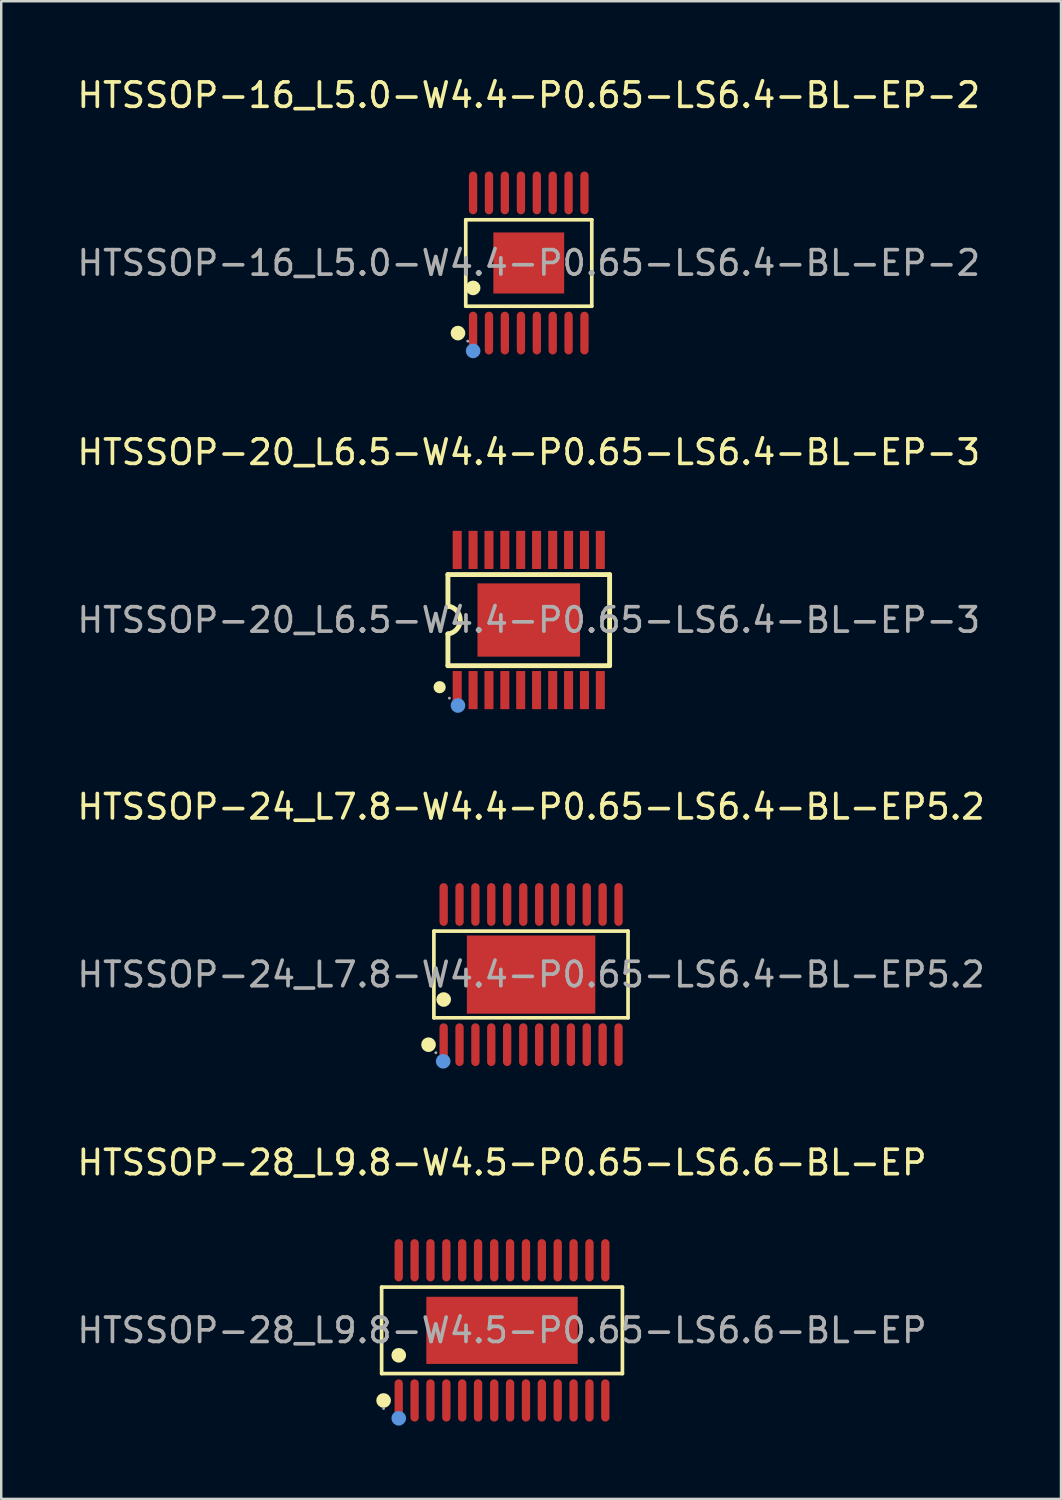
<source format=kicad_pcb>
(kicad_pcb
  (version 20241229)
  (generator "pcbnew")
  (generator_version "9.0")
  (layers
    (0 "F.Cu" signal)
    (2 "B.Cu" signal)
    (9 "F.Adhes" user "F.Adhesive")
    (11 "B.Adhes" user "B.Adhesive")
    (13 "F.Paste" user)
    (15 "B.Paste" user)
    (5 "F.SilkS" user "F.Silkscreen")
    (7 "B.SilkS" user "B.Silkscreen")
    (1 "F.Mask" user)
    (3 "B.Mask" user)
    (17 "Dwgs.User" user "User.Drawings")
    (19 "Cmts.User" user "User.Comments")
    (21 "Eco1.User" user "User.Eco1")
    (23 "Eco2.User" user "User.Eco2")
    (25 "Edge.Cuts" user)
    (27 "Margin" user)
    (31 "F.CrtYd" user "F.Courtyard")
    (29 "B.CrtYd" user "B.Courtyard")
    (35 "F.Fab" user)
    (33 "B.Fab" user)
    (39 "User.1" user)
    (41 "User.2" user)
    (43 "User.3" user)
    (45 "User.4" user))
  (footprint "HTSSOP-16_L5.0-W4.4-P0.65-LS6.4-BL-EP-2"
    (layer "F.Cu")
    (at 18.601 7.718)
    (property "Reference" "HTSSOP-16_L5.0-W4.4-P0.65-LS6.4-BL-EP-2" (at 0 -6.87 0) (layer "F.SilkS") (effects (font (size 1 1) (thickness 0.15))))
    (attr smd)
    (fp_line (start -2.58 -1.77) (end 2.58 -1.77) (stroke (width 0.15) (type solid)) (layer "F.SilkS"))
    (fp_line (start -2.58 1.77) (end -2.58 -1.77) (stroke (width 0.15) (type solid)) (layer "F.SilkS"))
    (fp_line (start 2.58 -1.77) (end 2.58 1.77) (stroke (width 0.15) (type solid)) (layer "F.SilkS"))
    (fp_line (start 2.58 1.77) (end -2.58 1.77) (stroke (width 0.15) (type solid)) (layer "F.SilkS"))
    (fp_circle (center -2.9 2.87) (end -2.75 2.87) (stroke (width 0.3) (type solid)) (fill no) (layer "F.SilkS"))
    (fp_circle (center -2.28 1.02) (end -2.13 1.02) (stroke (width 0.3) (type solid)) (fill no) (layer "F.SilkS"))
    (fp_circle (center -2.28 3.6) (end -2.13 3.6) (stroke (width 0.3) (type solid)) (fill no) (layer "Cmts.User"))
    (fp_circle (center -2.5 3.2) (end -2.47 3.2) (stroke (width 0.06) (type solid)) (fill no) (layer "F.Fab"))
    (fp_text user "${REFERENCE}" (at 0 0 0) (layer "F.Fab") (effects (font (size 1 1) (thickness 0.15))))
    (pad "1" smd oval (at -2.28 2.87) (size 0.34 1.75) (layers "F.Cu" "F.Mask" "F.Paste"))
    (pad "2" smd oval (at -1.63 2.87) (size 0.34 1.75) (layers "F.Cu" "F.Mask" "F.Paste"))
    (pad "3" smd oval (at -0.98 2.87) (size 0.34 1.75) (layers "F.Cu" "F.Mask" "F.Paste"))
    (pad "4" smd oval (at -0.32 2.87) (size 0.34 1.75) (layers "F.Cu" "F.Mask" "F.Paste"))
    (pad "5" smd oval (at 0.33 2.87) (size 0.34 1.75) (layers "F.Cu" "F.Mask" "F.Paste"))
    (pad "6" smd oval (at 0.98 2.87) (size 0.34 1.75) (layers "F.Cu" "F.Mask" "F.Paste"))
    (pad "7" smd oval (at 1.63 2.87) (size 0.34 1.75) (layers "F.Cu" "F.Mask" "F.Paste"))
    (pad "8" smd oval (at 2.28 2.87) (size 0.34 1.75) (layers "F.Cu" "F.Mask" "F.Paste"))
    (pad "9" smd oval (at 2.28 -2.87) (size 0.34 1.75) (layers "F.Cu" "F.Mask" "F.Paste"))
    (pad "10" smd oval (at 1.63 -2.87) (size 0.34 1.75) (layers "F.Cu" "F.Mask" "F.Paste"))
    (pad "11" smd oval (at 0.98 -2.87) (size 0.34 1.75) (layers "F.Cu" "F.Mask" "F.Paste"))
    (pad "12" smd oval (at 0.33 -2.87) (size 0.34 1.75) (layers "F.Cu" "F.Mask" "F.Paste"))
    (pad "13" smd oval (at -0.32 -2.87) (size 0.34 1.75) (layers "F.Cu" "F.Mask" "F.Paste"))
    (pad "14" smd oval (at -0.98 -2.87) (size 0.34 1.75) (layers "F.Cu" "F.Mask" "F.Paste"))
    (pad "15" smd oval (at -1.63 -2.87) (size 0.34 1.75) (layers "F.Cu" "F.Mask" "F.Paste"))
    (pad "16" smd oval (at -2.28 -2.87) (size 0.34 1.75) (layers "F.Cu" "F.Mask" "F.Paste"))
    (pad "17" smd rect (at 0 0) (size 2.9 2.5) (layers "F.Cu" "F.Mask" "F.Paste")))
  (footprint "HTSSOP-28_L9.8-W4.5-P0.65-LS6.6-BL-EP"
    (layer "F.Cu")
    (at 17.506 51.423)
    (property "Reference" "HTSSOP-28_L9.8-W4.5-P0.65-LS6.6-BL-EP" (at 0 -6.87 0) (layer "F.SilkS") (effects (font (size 1 1) (thickness 0.15))))
    (attr smd)
    (fp_line (start -4.93 -1.77) (end 4.93 -1.77) (stroke (width 0.15) (type solid)) (layer "F.SilkS"))
    (fp_line (start -4.93 1.77) (end -4.93 -1.77) (stroke (width 0.15) (type solid)) (layer "F.SilkS"))
    (fp_line (start 4.93 -1.77) (end 4.93 1.77) (stroke (width 0.15) (type solid)) (layer "F.SilkS"))
    (fp_line (start 4.93 1.77) (end -4.93 1.77) (stroke (width 0.15) (type solid)) (layer "F.SilkS"))
    (fp_circle (center -4.85 2.87) (end -4.7 2.87) (stroke (width 0.3) (type solid)) (fill no) (layer "F.SilkS"))
    (fp_circle (center -4.23 1.02) (end -4.08 1.02) (stroke (width 0.3) (type solid)) (fill no) (layer "F.SilkS"))
    (fp_circle (center -4.23 3.6) (end -4.08 3.6) (stroke (width 0.3) (type solid)) (fill no) (layer "Cmts.User"))
    (fp_circle (center -4.85 3.2) (end -4.82 3.2) (stroke (width 0.06) (type solid)) (fill no) (layer "F.Fab"))
    (fp_text user "${REFERENCE}" (at 0 0 0) (layer "F.Fab") (effects (font (size 1 1) (thickness 0.15))))
    (pad "1" smd oval (at -4.23 2.87) (size 0.34 1.73) (layers "F.Cu" "F.Mask" "F.Paste"))
    (pad "2" smd oval (at -3.58 2.87) (size 0.34 1.73) (layers "F.Cu" "F.Mask" "F.Paste"))
    (pad "3" smd oval (at -2.93 2.87) (size 0.34 1.73) (layers "F.Cu" "F.Mask" "F.Paste"))
    (pad "4" smd oval (at -2.28 2.87) (size 0.34 1.73) (layers "F.Cu" "F.Mask" "F.Paste"))
    (pad "5" smd oval (at -1.63 2.87) (size 0.34 1.73) (layers "F.Cu" "F.Mask" "F.Paste"))
    (pad "6" smd oval (at -0.98 2.87) (size 0.34 1.73) (layers "F.Cu" "F.Mask" "F.Paste"))
    (pad "7" smd oval (at -0.32 2.87) (size 0.34 1.73) (layers "F.Cu" "F.Mask" "F.Paste"))
    (pad "8" smd oval (at 0.33 2.87) (size 0.34 1.73) (layers "F.Cu" "F.Mask" "F.Paste"))
    (pad "9" smd oval (at 0.98 2.87) (size 0.34 1.73) (layers "F.Cu" "F.Mask" "F.Paste"))
    (pad "10" smd oval (at 1.63 2.87) (size 0.34 1.73) (layers "F.Cu" "F.Mask" "F.Paste"))
    (pad "11" smd oval (at 2.28 2.87) (size 0.34 1.73) (layers "F.Cu" "F.Mask" "F.Paste"))
    (pad "12" smd oval (at 2.93 2.87) (size 0.34 1.73) (layers "F.Cu" "F.Mask" "F.Paste"))
    (pad "13" smd oval (at 3.58 2.87) (size 0.34 1.73) (layers "F.Cu" "F.Mask" "F.Paste"))
    (pad "14" smd oval (at 4.23 2.87) (size 0.34 1.73) (layers "F.Cu" "F.Mask" "F.Paste"))
    (pad "15" smd oval (at 4.23 -2.87) (size 0.34 1.73) (layers "F.Cu" "F.Mask" "F.Paste"))
    (pad "16" smd oval (at 3.58 -2.87) (size 0.34 1.73) (layers "F.Cu" "F.Mask" "F.Paste"))
    (pad "17" smd oval (at 2.93 -2.87) (size 0.34 1.73) (layers "F.Cu" "F.Mask" "F.Paste"))
    (pad "18" smd oval (at 2.28 -2.87) (size 0.34 1.73) (layers "F.Cu" "F.Mask" "F.Paste"))
    (pad "19" smd oval (at 1.63 -2.87) (size 0.34 1.73) (layers "F.Cu" "F.Mask" "F.Paste"))
    (pad "20" smd oval (at 0.98 -2.87) (size 0.34 1.73) (layers "F.Cu" "F.Mask" "F.Paste"))
    (pad "21" smd oval (at 0.33 -2.87) (size 0.34 1.73) (layers "F.Cu" "F.Mask" "F.Paste"))
    (pad "22" smd oval (at -0.32 -2.87) (size 0.34 1.73) (layers "F.Cu" "F.Mask" "F.Paste"))
    (pad "23" smd oval (at -0.98 -2.87) (size 0.34 1.73) (layers "F.Cu" "F.Mask" "F.Paste"))
    (pad "24" smd oval (at -1.63 -2.87) (size 0.34 1.73) (layers "F.Cu" "F.Mask" "F.Paste"))
    (pad "25" smd oval (at -2.28 -2.87) (size 0.34 1.73) (layers "F.Cu" "F.Mask" "F.Paste"))
    (pad "26" smd oval (at -2.93 -2.87) (size 0.34 1.73) (layers "F.Cu" "F.Mask" "F.Paste"))
    (pad "27" smd oval (at -3.58 -2.87) (size 0.34 1.73) (layers "F.Cu" "F.Mask" "F.Paste"))
    (pad "28" smd oval (at -4.23 -2.87) (size 0.34 1.73) (layers "F.Cu" "F.Mask" "F.Paste"))
    (pad "29" smd rect (at 0 0) (size 6.2 2.75) (layers "F.Cu" "F.Mask" "F.Paste")))
  (footprint "HTSSOP-24_L7.8-W4.4-P0.65-LS6.4-BL-EP5.2"
    (layer "F.Cu")
    (at 18.696 36.855)
    (property "Reference" "HTSSOP-24_L7.8-W4.4-P0.65-LS6.4-BL-EP5.2" (at 0 -6.87 0) (layer "F.SilkS") (effects (font (size 1 1) (thickness 0.15))))
    (attr smd)
    (fp_line (start -3.98 -1.78) (end 3.97 -1.78) (stroke (width 0.15) (type solid)) (layer "F.SilkS"))
    (fp_line (start -3.98 1.77) (end -3.98 -1.78) (stroke (width 0.15) (type solid)) (layer "F.SilkS"))
    (fp_line (start 3.97 -1.78) (end 3.97 1.77) (stroke (width 0.15) (type solid)) (layer "F.SilkS"))
    (fp_line (start 3.97 1.77) (end -3.98 1.77) (stroke (width 0.15) (type solid)) (layer "F.SilkS"))
    (fp_circle (center -4.2 2.87) (end -4.05 2.87) (stroke (width 0.3) (type solid)) (fill no) (layer "F.SilkS"))
    (fp_circle (center -3.58 1.02) (end -3.43 1.02) (stroke (width 0.3) (type solid)) (fill no) (layer "F.SilkS"))
    (fp_circle (center -3.6 3.55) (end -3.45 3.55) (stroke (width 0.3) (type solid)) (fill no) (layer "Cmts.User"))
    (fp_circle (center -3.9 3.2) (end -3.87 3.2) (stroke (width 0.06) (type solid)) (fill no) (layer "F.Fab"))
    (fp_text user "${REFERENCE}" (at 0 0 0) (layer "F.Fab") (effects (font (size 1 1) (thickness 0.15))))
    (pad "1" smd oval (at -3.58 2.87) (size 0.34 1.75) (layers "F.Cu" "F.Mask" "F.Paste"))
    (pad "2" smd oval (at -2.93 2.87) (size 0.34 1.75) (layers "F.Cu" "F.Mask" "F.Paste"))
    (pad "3" smd oval (at -2.28 2.87) (size 0.34 1.75) (layers "F.Cu" "F.Mask" "F.Paste"))
    (pad "4" smd oval (at -1.63 2.87) (size 0.34 1.75) (layers "F.Cu" "F.Mask" "F.Paste"))
    (pad "5" smd oval (at -0.98 2.87) (size 0.34 1.75) (layers "F.Cu" "F.Mask" "F.Paste"))
    (pad "6" smd oval (at -0.32 2.87) (size 0.34 1.75) (layers "F.Cu" "F.Mask" "F.Paste"))
    (pad "7" smd oval (at 0.33 2.87) (size 0.34 1.75) (layers "F.Cu" "F.Mask" "F.Paste"))
    (pad "8" smd oval (at 0.98 2.87) (size 0.34 1.75) (layers "F.Cu" "F.Mask" "F.Paste"))
    (pad "9" smd oval (at 1.63 2.87) (size 0.34 1.75) (layers "F.Cu" "F.Mask" "F.Paste"))
    (pad "10" smd oval (at 2.28 2.87) (size 0.34 1.75) (layers "F.Cu" "F.Mask" "F.Paste"))
    (pad "11" smd oval (at 2.93 2.87) (size 0.34 1.75) (layers "F.Cu" "F.Mask" "F.Paste"))
    (pad "12" smd oval (at 3.58 2.87) (size 0.34 1.75) (layers "F.Cu" "F.Mask" "F.Paste"))
    (pad "13" smd oval (at 3.58 -2.87) (size 0.34 1.75) (layers "F.Cu" "F.Mask" "F.Paste"))
    (pad "14" smd oval (at 2.93 -2.87) (size 0.34 1.75) (layers "F.Cu" "F.Mask" "F.Paste"))
    (pad "15" smd oval (at 2.28 -2.87) (size 0.34 1.75) (layers "F.Cu" "F.Mask" "F.Paste"))
    (pad "16" smd oval (at 1.63 -2.87) (size 0.34 1.75) (layers "F.Cu" "F.Mask" "F.Paste"))
    (pad "17" smd oval (at 0.98 -2.87) (size 0.34 1.75) (layers "F.Cu" "F.Mask" "F.Paste"))
    (pad "18" smd oval (at 0.33 -2.87) (size 0.34 1.75) (layers "F.Cu" "F.Mask" "F.Paste"))
    (pad "19" smd oval (at -0.32 -2.87) (size 0.34 1.75) (layers "F.Cu" "F.Mask" "F.Paste"))
    (pad "20" smd oval (at -0.98 -2.87) (size 0.34 1.75) (layers "F.Cu" "F.Mask" "F.Paste"))
    (pad "21" smd oval (at -1.63 -2.87) (size 0.34 1.75) (layers "F.Cu" "F.Mask" "F.Paste"))
    (pad "22" smd oval (at -2.28 -2.87) (size 0.34 1.75) (layers "F.Cu" "F.Mask" "F.Paste"))
    (pad "23" smd oval (at -2.93 -2.87) (size 0.34 1.75) (layers "F.Cu" "F.Mask" "F.Paste"))
    (pad "24" smd oval (at -3.58 -2.87) (size 0.34 1.75) (layers "F.Cu" "F.Mask" "F.Paste"))
    (pad "25" smd rect (at 0 0 90) (size 3.2 5.26) (layers "F.Cu" "F.Mask" "F.Paste")))
  (footprint "HTSSOP-20_L6.5-W4.4-P0.65-LS6.4-BL-EP-3"
    (layer "F.Cu")
    (at 18.601 22.337)
    (property "Reference" "HTSSOP-20_L6.5-W4.4-P0.65-LS6.4-BL-EP-3" (at 0 -6.87 0) (layer "F.SilkS") (effects (font (size 1 1) (thickness 0.15))))
    (attr smd)
    (fp_line (start -3.31 -1.86) (end -3.31 -0.56) (stroke (width 0.2) (type solid)) (layer "F.SilkS"))
    (fp_line (start -3.31 -1.86) (end 3.31 -1.86) (stroke (width 0.2) (type solid)) (layer "F.SilkS"))
    (fp_line (start -3.31 1.87) (end -3.31 0.57) (stroke (width 0.2) (type solid)) (layer "F.SilkS"))
    (fp_line (start -3.31 1.87) (end 3.31 1.87) (stroke (width 0.2) (type solid)) (layer "F.SilkS"))
    (fp_line (start 3.31 -1.86) (end 3.31 1.87) (stroke (width 0.2) (type solid)) (layer "F.SilkS"))
    (fp_arc (start -3.65 2.75) (mid -3.65 2.75) (end -3.65 2.75) (stroke (width 0.25) (type solid)) (layer "F.SilkS"))
    (fp_arc (start -3.298203 -0.568427) (mid -2.805749 0.005951) (end -3.31 0.57) (stroke (width 0.2) (type solid)) (layer "F.SilkS"))
    (fp_circle (center -2.9 3.5) (end -2.75 3.5) (stroke (width 0.3) (type solid)) (fill no) (layer "Cmts.User"))
    (fp_circle (center -3.25 3.2) (end -3.22 3.2) (stroke (width 0.06) (type solid)) (fill no) (layer "F.Fab"))
    (fp_text user "${REFERENCE}" (at 0 0 0) (layer "F.Fab") (effects (font (size 1 1) (thickness 0.15))))
    (pad "1" smd rect (at -2.93 2.87 180) (size 0.37 1.56) (layers "F.Cu" "F.Mask" "F.Paste"))
    (pad "2" smd rect (at -2.28 2.87 180) (size 0.37 1.56) (layers "F.Cu" "F.Mask" "F.Paste"))
    (pad "3" smd rect (at -1.63 2.87 180) (size 0.37 1.56) (layers "F.Cu" "F.Mask" "F.Paste"))
    (pad "4" smd rect (at -0.98 2.87 180) (size 0.37 1.56) (layers "F.Cu" "F.Mask" "F.Paste"))
    (pad "5" smd rect (at -0.33 2.87 180) (size 0.37 1.56) (layers "F.Cu" "F.Mask" "F.Paste"))
    (pad "6" smd rect (at 0.32 2.87 180) (size 0.37 1.56) (layers "F.Cu" "F.Mask" "F.Paste"))
    (pad "7" smd rect (at 0.98 2.87 180) (size 0.37 1.56) (layers "F.Cu" "F.Mask" "F.Paste"))
    (pad "8" smd rect (at 1.63 2.87 180) (size 0.37 1.56) (layers "F.Cu" "F.Mask" "F.Paste"))
    (pad "9" smd rect (at 2.28 2.87 180) (size 0.37 1.56) (layers "F.Cu" "F.Mask" "F.Paste"))
    (pad "10" smd rect (at 2.93 2.87 180) (size 0.37 1.56) (layers "F.Cu" "F.Mask" "F.Paste"))
    (pad "11" smd rect (at 2.93 -2.87 180) (size 0.37 1.56) (layers "F.Cu" "F.Mask" "F.Paste"))
    (pad "12" smd rect (at 2.28 -2.87 180) (size 0.37 1.56) (layers "F.Cu" "F.Mask" "F.Paste"))
    (pad "13" smd rect (at 1.63 -2.87 180) (size 0.37 1.56) (layers "F.Cu" "F.Mask" "F.Paste"))
    (pad "14" smd rect (at 0.98 -2.87 180) (size 0.37 1.56) (layers "F.Cu" "F.Mask" "F.Paste"))
    (pad "15" smd rect (at 0.32 -2.87 180) (size 0.37 1.56) (layers "F.Cu" "F.Mask" "F.Paste"))
    (pad "16" smd rect (at -0.33 -2.87 180) (size 0.37 1.56) (layers "F.Cu" "F.Mask" "F.Paste"))
    (pad "17" smd rect (at -0.98 -2.87 180) (size 0.37 1.56) (layers "F.Cu" "F.Mask" "F.Paste"))
    (pad "18" smd rect (at -1.63 -2.87 180) (size 0.37 1.56) (layers "F.Cu" "F.Mask" "F.Paste"))
    (pad "19" smd rect (at -2.28 -2.87 180) (size 0.37 1.56) (layers "F.Cu" "F.Mask" "F.Paste"))
    (pad "20" smd rect (at -2.93 -2.87 180) (size 0.37 1.56) (layers "F.Cu" "F.Mask" "F.Paste"))
    (pad "21" smd rect (at 0 0 90) (size 3 4.2) (layers "F.Cu" "F.Mask" "F.Paste")))
  (gr_rect
    (start -3 -3)
    (end 40.393 58.323)
    (stroke (width 0.1) (type default))
    (fill no)
    (layer "Edge.Cuts")))
</source>
